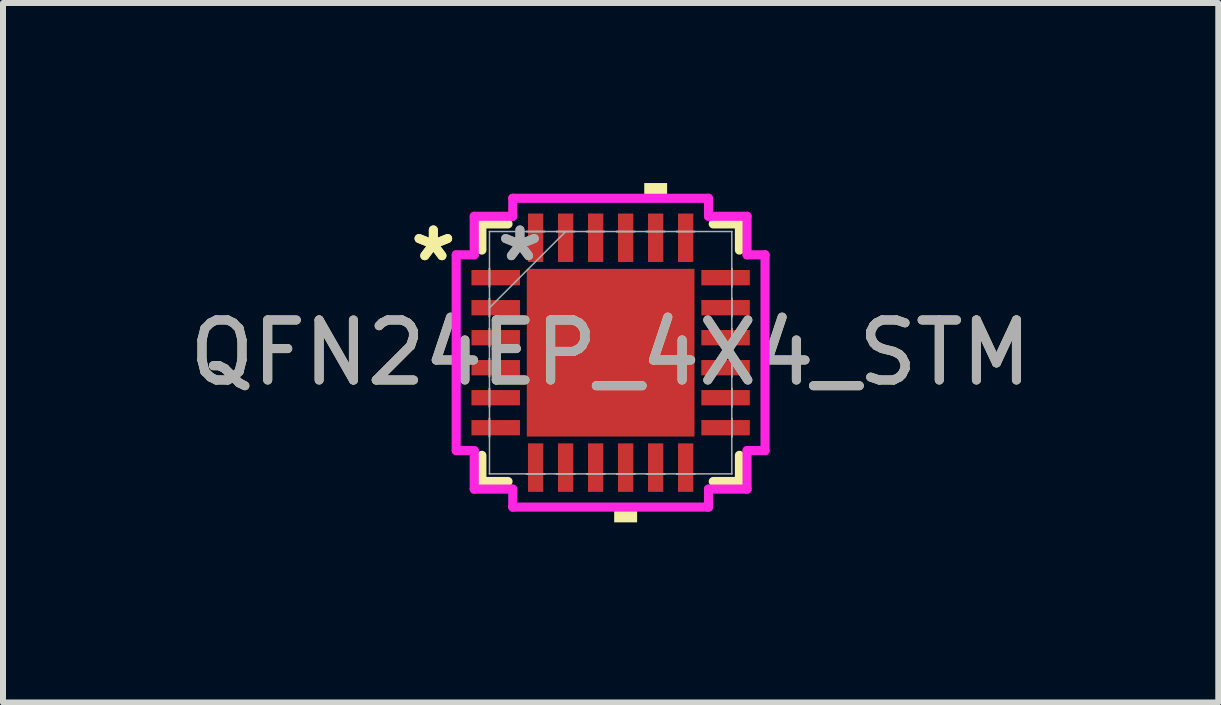
<source format=kicad_pcb>
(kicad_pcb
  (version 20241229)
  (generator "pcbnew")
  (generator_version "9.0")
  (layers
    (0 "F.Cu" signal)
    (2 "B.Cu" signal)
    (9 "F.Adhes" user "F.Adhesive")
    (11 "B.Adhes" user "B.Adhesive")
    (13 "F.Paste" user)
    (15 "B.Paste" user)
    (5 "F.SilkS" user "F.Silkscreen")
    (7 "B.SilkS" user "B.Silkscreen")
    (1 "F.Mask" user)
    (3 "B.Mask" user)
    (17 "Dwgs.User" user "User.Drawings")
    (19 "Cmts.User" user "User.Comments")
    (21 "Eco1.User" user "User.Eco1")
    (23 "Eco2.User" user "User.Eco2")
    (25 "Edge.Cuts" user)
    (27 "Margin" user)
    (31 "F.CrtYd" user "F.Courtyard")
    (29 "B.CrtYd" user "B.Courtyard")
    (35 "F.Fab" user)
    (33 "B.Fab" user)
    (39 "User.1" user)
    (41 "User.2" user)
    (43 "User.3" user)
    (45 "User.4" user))
  (footprint "QFN24EP_4X4_STM"
    (layer "F.Cu")
    (at 7.125 2.827)
    (property "Reference" "QFN24EP_4X4_STM" (at 0 0 0) (unlocked yes) (layer "F.SilkS") (effects (font (size 1 1) (thickness 0.15))))
    (attr smd)
    (fp_line (start -2.146 -2.146) (end -2.146 -1.71) (stroke (width 0.152) (type solid)) (layer "F.SilkS"))
    (fp_line (start -2.146 1.71) (end -2.146 2.146) (stroke (width 0.152) (type solid)) (layer "F.SilkS"))
    (fp_line (start -2.146 2.146) (end -1.71 2.146) (stroke (width 0.152) (type solid)) (layer "F.SilkS"))
    (fp_line (start -1.71 -2.146) (end -2.146 -2.146) (stroke (width 0.152) (type solid)) (layer "F.SilkS"))
    (fp_line (start 1.71 2.146) (end 2.146 2.146) (stroke (width 0.152) (type solid)) (layer "F.SilkS"))
    (fp_line (start 2.146 -2.146) (end 1.71 -2.146) (stroke (width 0.152) (type solid)) (layer "F.SilkS"))
    (fp_line (start 2.146 -1.71) (end 2.146 -2.146) (stroke (width 0.152) (type solid)) (layer "F.SilkS"))
    (fp_line (start 2.146 2.146) (end 2.146 1.71) (stroke (width 0.152) (type solid)) (layer "F.SilkS"))
    (fp_poly (pts (xy 0.059 2.573) (xy 0.059 2.827) (xy 0.441 2.827) (xy 0.441 2.573)) (stroke (width 0) (type solid)) (fill yes) (layer "F.SilkS"))
    (fp_poly (pts (xy 0.56 -2.573) (xy 0.56 -2.827) (xy 0.941 -2.827) (xy 0.941 -2.573)) (stroke (width 0) (type solid)) (fill yes) (layer "F.SilkS"))
    (fp_poly (pts (xy -1.297 -1.297) (xy -1.297 -0.1) (xy -0.1 -0.1) (xy -0.1 -1.297)) (stroke (width 0) (type solid)) (fill yes) (layer "F.Paste"))
    (fp_poly (pts (xy -1.297 0.1) (xy -1.297 1.297) (xy -0.1 1.297) (xy -0.1 0.1)) (stroke (width 0) (type solid)) (fill yes) (layer "F.Paste"))
    (fp_poly (pts (xy 0.1 -1.297) (xy 0.1 -0.1) (xy 1.297 -0.1) (xy 1.297 -1.297)) (stroke (width 0) (type solid)) (fill yes) (layer "F.Paste"))
    (fp_poly (pts (xy 0.1 0.1) (xy 0.1 1.297) (xy 1.297 1.297) (xy 1.297 0.1)) (stroke (width 0) (type solid)) (fill yes) (layer "F.Paste"))
    (fp_line (start -2.573 -1.631) (end -2.273 -1.631) (stroke (width 0.152) (type solid)) (layer "F.CrtYd"))
    (fp_line (start -2.573 1.631) (end -2.573 -1.631) (stroke (width 0.152) (type solid)) (layer "F.CrtYd"))
    (fp_line (start -2.273 -2.273) (end -1.631 -2.273) (stroke (width 0.152) (type solid)) (layer "F.CrtYd"))
    (fp_line (start -2.273 -1.631) (end -2.273 -2.273) (stroke (width 0.152) (type solid)) (layer "F.CrtYd"))
    (fp_line (start -2.273 1.631) (end -2.573 1.631) (stroke (width 0.152) (type solid)) (layer "F.CrtYd"))
    (fp_line (start -2.273 2.273) (end -2.273 1.631) (stroke (width 0.152) (type solid)) (layer "F.CrtYd"))
    (fp_line (start -1.631 -2.573) (end 1.631 -2.573) (stroke (width 0.152) (type solid)) (layer "F.CrtYd"))
    (fp_line (start -1.631 -2.273) (end -1.631 -2.573) (stroke (width 0.152) (type solid)) (layer "F.CrtYd"))
    (fp_line (start -1.631 2.273) (end -2.273 2.273) (stroke (width 0.152) (type solid)) (layer "F.CrtYd"))
    (fp_line (start -1.631 2.573) (end -1.631 2.273) (stroke (width 0.152) (type solid)) (layer "F.CrtYd"))
    (fp_line (start 1.631 -2.573) (end 1.631 -2.273) (stroke (width 0.152) (type solid)) (layer "F.CrtYd"))
    (fp_line (start 1.631 -2.273) (end 2.273 -2.273) (stroke (width 0.152) (type solid)) (layer "F.CrtYd"))
    (fp_line (start 1.631 2.273) (end 1.631 2.573) (stroke (width 0.152) (type solid)) (layer "F.CrtYd"))
    (fp_line (start 1.631 2.573) (end -1.631 2.573) (stroke (width 0.152) (type solid)) (layer "F.CrtYd"))
    (fp_line (start 2.273 -2.273) (end 2.273 -1.631) (stroke (width 0.152) (type solid)) (layer "F.CrtYd"))
    (fp_line (start 2.273 -1.631) (end 2.573 -1.631) (stroke (width 0.152) (type solid)) (layer "F.CrtYd"))
    (fp_line (start 2.273 1.631) (end 2.273 2.273) (stroke (width 0.152) (type solid)) (layer "F.CrtYd"))
    (fp_line (start 2.273 2.273) (end 1.631 2.273) (stroke (width 0.152) (type solid)) (layer "F.CrtYd"))
    (fp_line (start 2.573 -1.631) (end 2.573 1.631) (stroke (width 0.152) (type solid)) (layer "F.CrtYd"))
    (fp_line (start 2.573 1.631) (end 2.273 1.631) (stroke (width 0.152) (type solid)) (layer "F.CrtYd"))
    (fp_line (start -2.019 -2.019) (end -2.019 -2.019) (stroke (width 0.025) (type solid)) (layer "F.Fab"))
    (fp_line (start -2.019 -2.019) (end -2.019 2.019) (stroke (width 0.025) (type solid)) (layer "F.Fab"))
    (fp_line (start -2.019 -1.402) (end -2.019 -1.402) (stroke (width 0.025) (type solid)) (layer "F.Fab"))
    (fp_line (start -2.019 -1.402) (end -2.019 -1.098) (stroke (width 0.025) (type solid)) (layer "F.Fab"))
    (fp_line (start -2.019 -1.098) (end -2.019 -1.402) (stroke (width 0.025) (type solid)) (layer "F.Fab"))
    (fp_line (start -2.019 -1.098) (end -2.019 -1.098) (stroke (width 0.025) (type solid)) (layer "F.Fab"))
    (fp_line (start -2.019 -0.902) (end -2.019 -0.902) (stroke (width 0.025) (type solid)) (layer "F.Fab"))
    (fp_line (start -2.019 -0.902) (end -2.019 -0.598) (stroke (width 0.025) (type solid)) (layer "F.Fab"))
    (fp_line (start -2.019 -0.749) (end -0.749 -2.019) (stroke (width 0.025) (type solid)) (layer "F.Fab"))
    (fp_line (start -2.019 -0.598) (end -2.019 -0.902) (stroke (width 0.025) (type solid)) (layer "F.Fab"))
    (fp_line (start -2.019 -0.598) (end -2.019 -0.598) (stroke (width 0.025) (type solid)) (layer "F.Fab"))
    (fp_line (start -2.019 -0.402) (end -2.019 -0.402) (stroke (width 0.025) (type solid)) (layer "F.Fab"))
    (fp_line (start -2.019 -0.402) (end -2.019 -0.098) (stroke (width 0.025) (type solid)) (layer "F.Fab"))
    (fp_line (start -2.019 -0.098) (end -2.019 -0.402) (stroke (width 0.025) (type solid)) (layer "F.Fab"))
    (fp_line (start -2.019 -0.098) (end -2.019 -0.098) (stroke (width 0.025) (type solid)) (layer "F.Fab"))
    (fp_line (start -2.019 0.098) (end -2.019 0.098) (stroke (width 0.025) (type solid)) (layer "F.Fab"))
    (fp_line (start -2.019 0.098) (end -2.019 0.402) (stroke (width 0.025) (type solid)) (layer "F.Fab"))
    (fp_line (start -2.019 0.402) (end -2.019 0.098) (stroke (width 0.025) (type solid)) (layer "F.Fab"))
    (fp_line (start -2.019 0.402) (end -2.019 0.402) (stroke (width 0.025) (type solid)) (layer "F.Fab"))
    (fp_line (start -2.019 0.598) (end -2.019 0.598) (stroke (width 0.025) (type solid)) (layer "F.Fab"))
    (fp_line (start -2.019 0.598) (end -2.019 0.902) (stroke (width 0.025) (type solid)) (layer "F.Fab"))
    (fp_line (start -2.019 0.902) (end -2.019 0.598) (stroke (width 0.025) (type solid)) (layer "F.Fab"))
    (fp_line (start -2.019 0.902) (end -2.019 0.902) (stroke (width 0.025) (type solid)) (layer "F.Fab"))
    (fp_line (start -2.019 1.098) (end -2.019 1.098) (stroke (width 0.025) (type solid)) (layer "F.Fab"))
    (fp_line (start -2.019 1.098) (end -2.019 1.402) (stroke (width 0.025) (type solid)) (layer "F.Fab"))
    (fp_line (start -2.019 1.402) (end -2.019 1.098) (stroke (width 0.025) (type solid)) (layer "F.Fab"))
    (fp_line (start -2.019 1.402) (end -2.019 1.402) (stroke (width 0.025) (type solid)) (layer "F.Fab"))
    (fp_line (start -2.019 2.019) (end -2.019 2.019) (stroke (width 0.025) (type solid)) (layer "F.Fab"))
    (fp_line (start -2.019 2.019) (end 2.019 2.019) (stroke (width 0.025) (type solid)) (layer "F.Fab"))
    (fp_line (start -1.402 -2.019) (end -1.402 -2.019) (stroke (width 0.025) (type solid)) (layer "F.Fab"))
    (fp_line (start -1.402 -2.019) (end -1.098 -2.019) (stroke (width 0.025) (type solid)) (layer "F.Fab"))
    (fp_line (start -1.402 2.019) (end -1.402 2.019) (stroke (width 0.025) (type solid)) (layer "F.Fab"))
    (fp_line (start -1.402 2.019) (end -1.098 2.019) (stroke (width 0.025) (type solid)) (layer "F.Fab"))
    (fp_line (start -1.098 -2.019) (end -1.402 -2.019) (stroke (width 0.025) (type solid)) (layer "F.Fab"))
    (fp_line (start -1.098 -2.019) (end -1.098 -2.019) (stroke (width 0.025) (type solid)) (layer "F.Fab"))
    (fp_line (start -1.098 2.019) (end -1.402 2.019) (stroke (width 0.025) (type solid)) (layer "F.Fab"))
    (fp_line (start -1.098 2.019) (end -1.098 2.019) (stroke (width 0.025) (type solid)) (layer "F.Fab"))
    (fp_line (start -0.902 -2.019) (end -0.902 -2.019) (stroke (width 0.025) (type solid)) (layer "F.Fab"))
    (fp_line (start -0.902 -2.019) (end -0.598 -2.019) (stroke (width 0.025) (type solid)) (layer "F.Fab"))
    (fp_line (start -0.902 2.019) (end -0.902 2.019) (stroke (width 0.025) (type solid)) (layer "F.Fab"))
    (fp_line (start -0.902 2.019) (end -0.598 2.019) (stroke (width 0.025) (type solid)) (layer "F.Fab"))
    (fp_line (start -0.598 -2.019) (end -0.902 -2.019) (stroke (width 0.025) (type solid)) (layer "F.Fab"))
    (fp_line (start -0.598 -2.019) (end -0.598 -2.019) (stroke (width 0.025) (type solid)) (layer "F.Fab"))
    (fp_line (start -0.598 2.019) (end -0.902 2.019) (stroke (width 0.025) (type solid)) (layer "F.Fab"))
    (fp_line (start -0.598 2.019) (end -0.598 2.019) (stroke (width 0.025) (type solid)) (layer "F.Fab"))
    (fp_line (start -0.402 -2.019) (end -0.402 -2.019) (stroke (width 0.025) (type solid)) (layer "F.Fab"))
    (fp_line (start -0.402 -2.019) (end -0.098 -2.019) (stroke (width 0.025) (type solid)) (layer "F.Fab"))
    (fp_line (start -0.402 2.019) (end -0.402 2.019) (stroke (width 0.025) (type solid)) (layer "F.Fab"))
    (fp_line (start -0.402 2.019) (end -0.098 2.019) (stroke (width 0.025) (type solid)) (layer "F.Fab"))
    (fp_line (start -0.098 -2.019) (end -0.402 -2.019) (stroke (width 0.025) (type solid)) (layer "F.Fab"))
    (fp_line (start -0.098 -2.019) (end -0.098 -2.019) (stroke (width 0.025) (type solid)) (layer "F.Fab"))
    (fp_line (start -0.098 2.019) (end -0.402 2.019) (stroke (width 0.025) (type solid)) (layer "F.Fab"))
    (fp_line (start -0.098 2.019) (end -0.098 2.019) (stroke (width 0.025) (type solid)) (layer "F.Fab"))
    (fp_line (start 0.098 -2.019) (end 0.098 -2.019) (stroke (width 0.025) (type solid)) (layer "F.Fab"))
    (fp_line (start 0.098 -2.019) (end 0.402 -2.019) (stroke (width 0.025) (type solid)) (layer "F.Fab"))
    (fp_line (start 0.098 2.019) (end 0.098 2.019) (stroke (width 0.025) (type solid)) (layer "F.Fab"))
    (fp_line (start 0.098 2.019) (end 0.402 2.019) (stroke (width 0.025) (type solid)) (layer "F.Fab"))
    (fp_line (start 0.402 -2.019) (end 0.098 -2.019) (stroke (width 0.025) (type solid)) (layer "F.Fab"))
    (fp_line (start 0.402 -2.019) (end 0.402 -2.019) (stroke (width 0.025) (type solid)) (layer "F.Fab"))
    (fp_line (start 0.402 2.019) (end 0.098 2.019) (stroke (width 0.025) (type solid)) (layer "F.Fab"))
    (fp_line (start 0.402 2.019) (end 0.402 2.019) (stroke (width 0.025) (type solid)) (layer "F.Fab"))
    (fp_line (start 0.598 -2.019) (end 0.598 -2.019) (stroke (width 0.025) (type solid)) (layer "F.Fab"))
    (fp_line (start 0.598 -2.019) (end 0.902 -2.019) (stroke (width 0.025) (type solid)) (layer "F.Fab"))
    (fp_line (start 0.598 2.019) (end 0.598 2.019) (stroke (width 0.025) (type solid)) (layer "F.Fab"))
    (fp_line (start 0.598 2.019) (end 0.902 2.019) (stroke (width 0.025) (type solid)) (layer "F.Fab"))
    (fp_line (start 0.902 -2.019) (end 0.598 -2.019) (stroke (width 0.025) (type solid)) (layer "F.Fab"))
    (fp_line (start 0.902 -2.019) (end 0.902 -2.019) (stroke (width 0.025) (type solid)) (layer "F.Fab"))
    (fp_line (start 0.902 2.019) (end 0.598 2.019) (stroke (width 0.025) (type solid)) (layer "F.Fab"))
    (fp_line (start 0.902 2.019) (end 0.902 2.019) (stroke (width 0.025) (type solid)) (layer "F.Fab"))
    (fp_line (start 1.098 -2.019) (end 1.098 -2.019) (stroke (width 0.025) (type solid)) (layer "F.Fab"))
    (fp_line (start 1.098 -2.019) (end 1.402 -2.019) (stroke (width 0.025) (type solid)) (layer "F.Fab"))
    (fp_line (start 1.098 2.019) (end 1.098 2.019) (stroke (width 0.025) (type solid)) (layer "F.Fab"))
    (fp_line (start 1.098 2.019) (end 1.402 2.019) (stroke (width 0.025) (type solid)) (layer "F.Fab"))
    (fp_line (start 1.402 -2.019) (end 1.098 -2.019) (stroke (width 0.025) (type solid)) (layer "F.Fab"))
    (fp_line (start 1.402 -2.019) (end 1.402 -2.019) (stroke (width 0.025) (type solid)) (layer "F.Fab"))
    (fp_line (start 1.402 2.019) (end 1.098 2.019) (stroke (width 0.025) (type solid)) (layer "F.Fab"))
    (fp_line (start 1.402 2.019) (end 1.402 2.019) (stroke (width 0.025) (type solid)) (layer "F.Fab"))
    (fp_line (start 2.019 -2.019) (end -2.019 -2.019) (stroke (width 0.025) (type solid)) (layer "F.Fab"))
    (fp_line (start 2.019 -2.019) (end 2.019 -2.019) (stroke (width 0.025) (type solid)) (layer "F.Fab"))
    (fp_line (start 2.019 -1.402) (end 2.019 -1.402) (stroke (width 0.025) (type solid)) (layer "F.Fab"))
    (fp_line (start 2.019 -1.402) (end 2.019 -1.098) (stroke (width 0.025) (type solid)) (layer "F.Fab"))
    (fp_line (start 2.019 -1.098) (end 2.019 -1.402) (stroke (width 0.025) (type solid)) (layer "F.Fab"))
    (fp_line (start 2.019 -1.098) (end 2.019 -1.098) (stroke (width 0.025) (type solid)) (layer "F.Fab"))
    (fp_line (start 2.019 -0.902) (end 2.019 -0.902) (stroke (width 0.025) (type solid)) (layer "F.Fab"))
    (fp_line (start 2.019 -0.902) (end 2.019 -0.598) (stroke (width 0.025) (type solid)) (layer "F.Fab"))
    (fp_line (start 2.019 -0.598) (end 2.019 -0.902) (stroke (width 0.025) (type solid)) (layer "F.Fab"))
    (fp_line (start 2.019 -0.598) (end 2.019 -0.598) (stroke (width 0.025) (type solid)) (layer "F.Fab"))
    (fp_line (start 2.019 -0.402) (end 2.019 -0.402) (stroke (width 0.025) (type solid)) (layer "F.Fab"))
    (fp_line (start 2.019 -0.402) (end 2.019 -0.098) (stroke (width 0.025) (type solid)) (layer "F.Fab"))
    (fp_line (start 2.019 -0.098) (end 2.019 -0.402) (stroke (width 0.025) (type solid)) (layer "F.Fab"))
    (fp_line (start 2.019 -0.098) (end 2.019 -0.098) (stroke (width 0.025) (type solid)) (layer "F.Fab"))
    (fp_line (start 2.019 0.098) (end 2.019 0.098) (stroke (width 0.025) (type solid)) (layer "F.Fab"))
    (fp_line (start 2.019 0.098) (end 2.019 0.402) (stroke (width 0.025) (type solid)) (layer "F.Fab"))
    (fp_line (start 2.019 0.402) (end 2.019 0.098) (stroke (width 0.025) (type solid)) (layer "F.Fab"))
    (fp_line (start 2.019 0.402) (end 2.019 0.402) (stroke (width 0.025) (type solid)) (layer "F.Fab"))
    (fp_line (start 2.019 0.598) (end 2.019 0.598) (stroke (width 0.025) (type solid)) (layer "F.Fab"))
    (fp_line (start 2.019 0.598) (end 2.019 0.902) (stroke (width 0.025) (type solid)) (layer "F.Fab"))
    (fp_line (start 2.019 0.902) (end 2.019 0.598) (stroke (width 0.025) (type solid)) (layer "F.Fab"))
    (fp_line (start 2.019 0.902) (end 2.019 0.902) (stroke (width 0.025) (type solid)) (layer "F.Fab"))
    (fp_line (start 2.019 1.098) (end 2.019 1.098) (stroke (width 0.025) (type solid)) (layer "F.Fab"))
    (fp_line (start 2.019 1.098) (end 2.019 1.402) (stroke (width 0.025) (type solid)) (layer "F.Fab"))
    (fp_line (start 2.019 1.402) (end 2.019 1.098) (stroke (width 0.025) (type solid)) (layer "F.Fab"))
    (fp_line (start 2.019 1.402) (end 2.019 1.402) (stroke (width 0.025) (type solid)) (layer "F.Fab"))
    (fp_line (start 2.019 2.019) (end 2.019 -2.019) (stroke (width 0.025) (type solid)) (layer "F.Fab"))
    (fp_line (start 2.019 2.019) (end 2.019 2.019) (stroke (width 0.025) (type solid)) (layer "F.Fab"))
    (fp_text user "*" (at -2.954 -1.5 0) (unlocked yes) (layer "F.SilkS") (effects (font (size 1 1) (thickness 0.15))))
    (fp_text user "*" (at -2.954 -1.5 0) (layer "F.SilkS") (effects (font (size 1 1) (thickness 0.15))))
    (fp_text user "*" (at -1.511 -1.5 0) (layer "F.Fab") (effects (font (size 1 1) (thickness 0.15))))
    (fp_text user "*" (at -1.511 -1.5 0) (unlocked yes) (layer "F.Fab") (effects (font (size 1 1) (thickness 0.15))))
    (fp_text user "${REFERENCE}" (at 0 0 0) (unlocked yes) (layer "F.Fab") (effects (font (size 1 1) (thickness 0.15))))
    (pad "1" smd rect (at -1.915 -1.25 90) (size 0.255 0.808) (layers "F.Cu" "F.Mask" "F.Paste"))
    (pad "2" smd rect (at -1.915 -0.75 90) (size 0.255 0.808) (layers "F.Cu" "F.Mask" "F.Paste"))
    (pad "3" smd rect (at -1.915 -0.25 90) (size 0.255 0.808) (layers "F.Cu" "F.Mask" "F.Paste"))
    (pad "4" smd rect (at -1.915 0.25 90) (size 0.255 0.808) (layers "F.Cu" "F.Mask" "F.Paste"))
    (pad "5" smd rect (at -1.915 0.75 90) (size 0.255 0.808) (layers "F.Cu" "F.Mask" "F.Paste"))
    (pad "6" smd rect (at -1.915 1.25 90) (size 0.255 0.808) (layers "F.Cu" "F.Mask" "F.Paste"))
    (pad "7" smd rect (at -1.25 1.915) (size 0.255 0.808) (layers "F.Cu" "F.Mask" "F.Paste"))
    (pad "8" smd rect (at -0.75 1.915) (size 0.255 0.808) (layers "F.Cu" "F.Mask" "F.Paste"))
    (pad "9" smd rect (at -0.25 1.915) (size 0.255 0.808) (layers "F.Cu" "F.Mask" "F.Paste"))
    (pad "10" smd rect (at 0.25 1.915) (size 0.255 0.808) (layers "F.Cu" "F.Mask" "F.Paste"))
    (pad "11" smd rect (at 0.75 1.915) (size 0.255 0.808) (layers "F.Cu" "F.Mask" "F.Paste"))
    (pad "12" smd rect (at 1.25 1.915) (size 0.255 0.808) (layers "F.Cu" "F.Mask" "F.Paste"))
    (pad "13" smd rect (at 1.915 1.25 90) (size 0.255 0.808) (layers "F.Cu" "F.Mask" "F.Paste"))
    (pad "14" smd rect (at 1.915 0.75 90) (size 0.255 0.808) (layers "F.Cu" "F.Mask" "F.Paste"))
    (pad "15" smd rect (at 1.915 0.25 90) (size 0.255 0.808) (layers "F.Cu" "F.Mask" "F.Paste"))
    (pad "16" smd rect (at 1.915 -0.25 90) (size 0.255 0.808) (layers "F.Cu" "F.Mask" "F.Paste"))
    (pad "17" smd rect (at 1.915 -0.75 90) (size 0.255 0.808) (layers "F.Cu" "F.Mask" "F.Paste"))
    (pad "18" smd rect (at 1.915 -1.25 90) (size 0.255 0.808) (layers "F.Cu" "F.Mask" "F.Paste"))
    (pad "19" smd rect (at 1.25 -1.915) (size 0.255 0.808) (layers "F.Cu" "F.Mask" "F.Paste"))
    (pad "20" smd rect (at 0.75 -1.915) (size 0.255 0.808) (layers "F.Cu" "F.Mask" "F.Paste"))
    (pad "21" smd rect (at 0.25 -1.915) (size 0.255 0.808) (layers "F.Cu" "F.Mask" "F.Paste"))
    (pad "22" smd rect (at -0.25 -1.915) (size 0.255 0.808) (layers "F.Cu" "F.Mask" "F.Paste"))
    (pad "23" smd rect (at -0.75 -1.915) (size 0.255 0.808) (layers "F.Cu" "F.Mask" "F.Paste"))
    (pad "24" smd rect (at -1.25 -1.915) (size 0.255 0.808) (layers "F.Cu" "F.Mask" "F.Paste"))
    (pad "25" smd rect (at 0 0) (size 2.794 2.794) (layers "F.Cu" "F.Mask")))
  (gr_rect
    (start -3 -3)
    (end 17.25 8.655)
    (stroke (width 0.1) (type default))
    (fill no)
    (layer "Edge.Cuts")))
</source>
